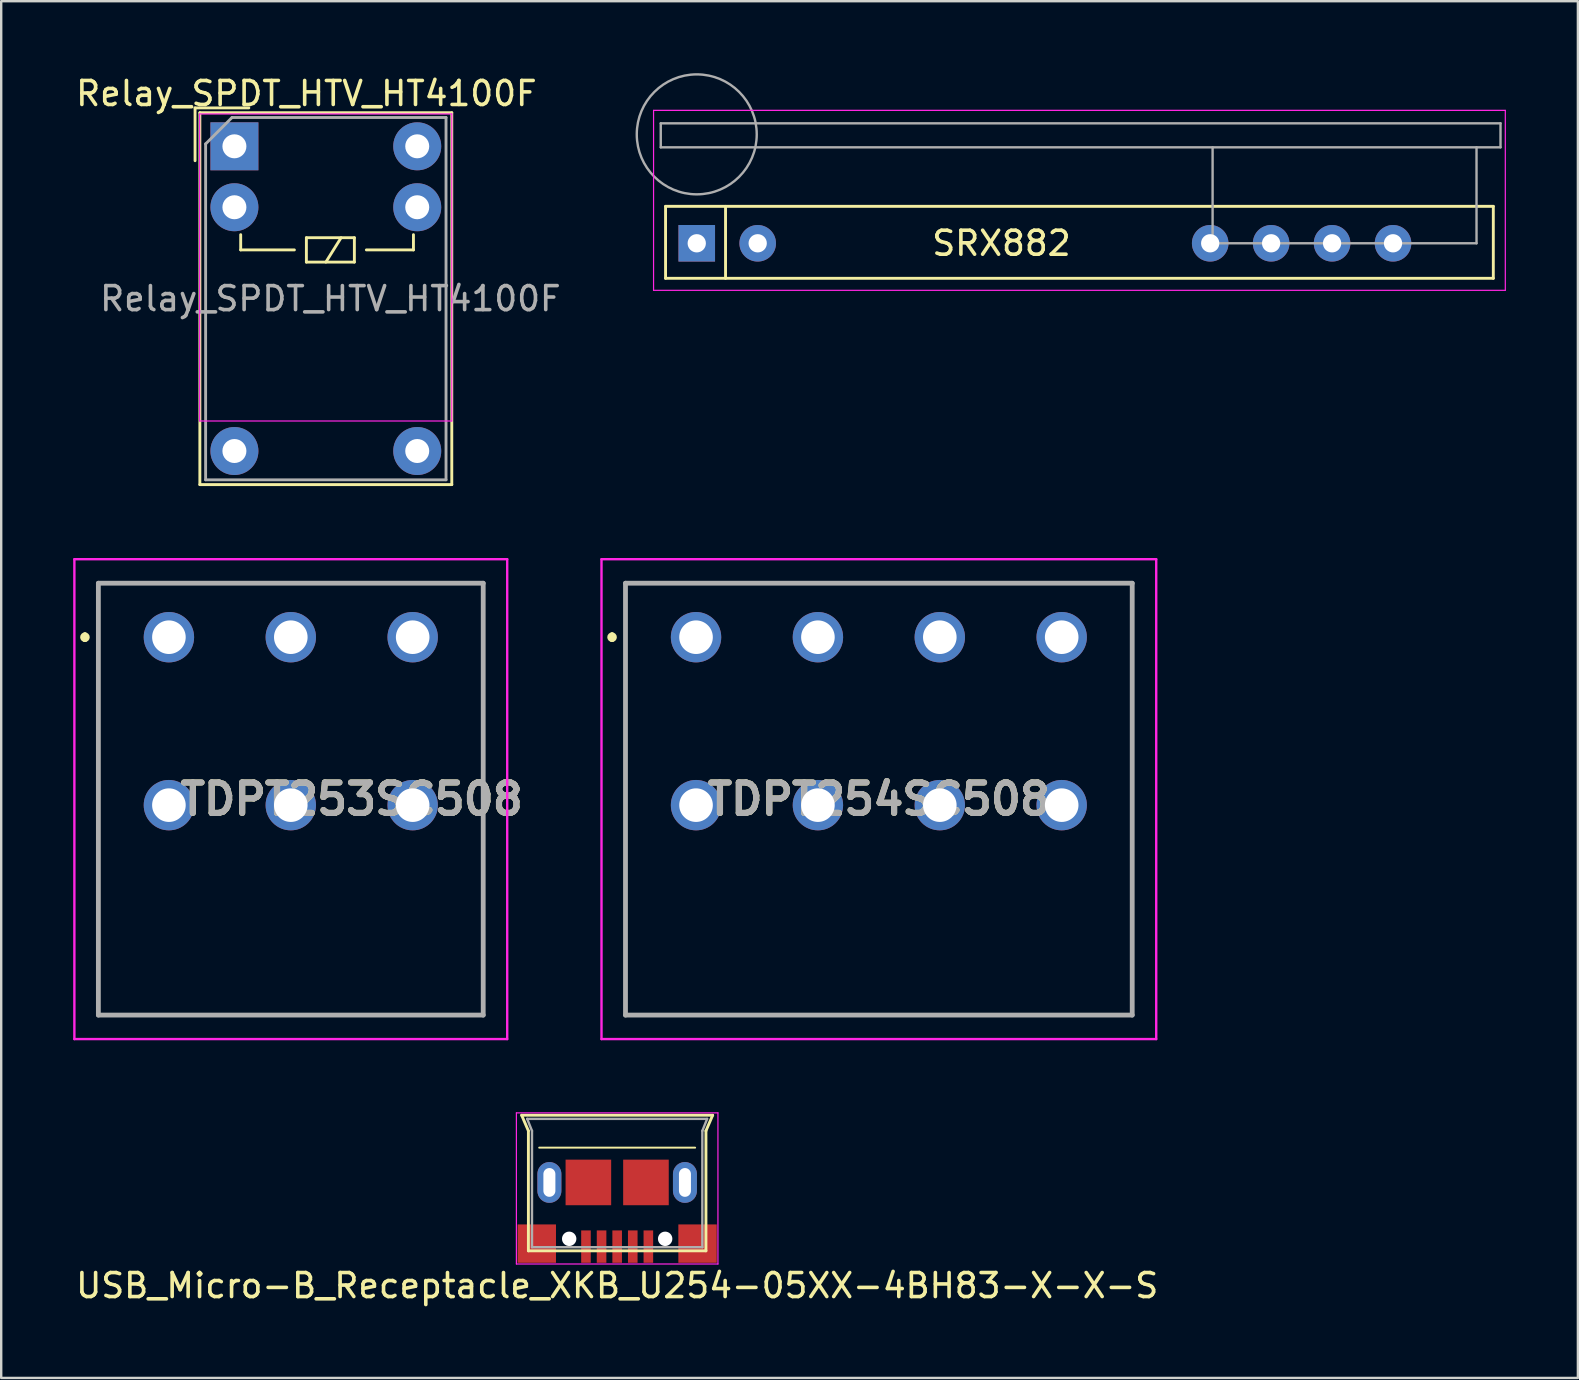
<source format=kicad_pcb>
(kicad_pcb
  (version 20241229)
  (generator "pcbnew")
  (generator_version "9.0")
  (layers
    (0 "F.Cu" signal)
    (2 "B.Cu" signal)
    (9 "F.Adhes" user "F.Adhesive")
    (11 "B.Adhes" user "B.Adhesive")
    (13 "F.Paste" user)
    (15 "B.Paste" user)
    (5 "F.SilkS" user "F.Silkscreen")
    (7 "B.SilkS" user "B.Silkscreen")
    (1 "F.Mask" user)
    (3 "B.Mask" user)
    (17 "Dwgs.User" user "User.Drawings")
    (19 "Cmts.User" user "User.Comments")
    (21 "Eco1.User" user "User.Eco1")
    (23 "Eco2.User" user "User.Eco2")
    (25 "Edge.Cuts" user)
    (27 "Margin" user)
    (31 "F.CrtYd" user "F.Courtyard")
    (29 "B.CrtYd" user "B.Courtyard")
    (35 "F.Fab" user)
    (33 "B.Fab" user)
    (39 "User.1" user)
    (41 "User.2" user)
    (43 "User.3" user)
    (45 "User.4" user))
  (footprint "TDPT254SC508"
    (layer "F.Cu")
    (at 25.96 23.508)
    (property "Reference" "TDPT254SC508" (at 7.62 6.75 0) (layer "F.SilkS") (effects (font (size 1.27 1.27) (thickness 0.254))))
    (attr through_hole)
    (fp_line (start -3.5 -0.1) (end -3.5 -0.1) (stroke (width 0.2) (type solid)) (layer "F.SilkS"))
    (fp_line (start -3.5 0.1) (end -3.5 0.1) (stroke (width 0.2) (type solid)) (layer "F.SilkS"))
    (fp_line (start -2.94 -2.25) (end 18.18 -2.25) (stroke (width 0.1) (type solid)) (layer "F.SilkS"))
    (fp_line (start -2.94 15.75) (end -2.94 -2.25) (stroke (width 0.1) (type solid)) (layer "F.SilkS"))
    (fp_line (start 18.18 -2.25) (end 18.18 15.75) (stroke (width 0.1) (type solid)) (layer "F.SilkS"))
    (fp_line (start 18.18 15.75) (end -2.94 15.75) (stroke (width 0.1) (type solid)) (layer "F.SilkS"))
    (fp_arc (start -3.5 -0.1) (mid -3.4 0) (end -3.5 0.1) (stroke (width 0.2) (type solid)) (layer "F.SilkS"))
    (fp_arc (start -3.5 0.1) (mid -3.6 0) (end -3.5 -0.1) (stroke (width 0.2) (type solid)) (layer "F.SilkS"))
    (fp_line (start -3.94 -3.25) (end 19.18 -3.25) (stroke (width 0.1) (type solid)) (layer "F.CrtYd"))
    (fp_line (start -3.94 16.75) (end -3.94 -3.25) (stroke (width 0.1) (type solid)) (layer "F.CrtYd"))
    (fp_line (start 19.18 -3.25) (end 19.18 16.75) (stroke (width 0.1) (type solid)) (layer "F.CrtYd"))
    (fp_line (start 19.18 16.75) (end -3.94 16.75) (stroke (width 0.1) (type solid)) (layer "F.CrtYd"))
    (fp_line (start -2.94 -2.25) (end 18.18 -2.25) (stroke (width 0.2) (type solid)) (layer "F.Fab"))
    (fp_line (start -2.94 15.75) (end -2.94 -2.25) (stroke (width 0.2) (type solid)) (layer "F.Fab"))
    (fp_line (start 18.18 -2.25) (end 18.18 15.75) (stroke (width 0.2) (type solid)) (layer "F.Fab"))
    (fp_line (start 18.18 15.75) (end -2.94 15.75) (stroke (width 0.2) (type solid)) (layer "F.Fab"))
    (fp_text user "${REFERENCE}" (at 7.62 6.75 0) (layer "F.Fab") (effects (font (size 1.27 1.27) (thickness 0.254))))
    (pad "1" thru_hole circle (at 0 0) (size 2.1 2.1) (drill 1.4) (layers "*.Cu" "*.Mask"))
    (pad "2" thru_hole circle (at 0 7) (size 2.1 2.1) (drill 1.4) (layers "*.Cu" "*.Mask"))
    (pad "3" thru_hole circle (at 5.08 0) (size 2.1 2.1) (drill 1.4) (layers "*.Cu" "*.Mask"))
    (pad "4" thru_hole circle (at 5.08 7) (size 2.1 2.1) (drill 1.4) (layers "*.Cu" "*.Mask"))
    (pad "5" thru_hole circle (at 10.16 0) (size 2.1 2.1) (drill 1.4) (layers "*.Cu" "*.Mask"))
    (pad "6" thru_hole circle (at 10.16 7) (size 2.1 2.1) (drill 1.4) (layers "*.Cu" "*.Mask"))
    (pad "7" thru_hole circle (at 15.24 0) (size 2.1 2.1) (drill 1.4) (layers "*.Cu" "*.Mask"))
    (pad "8" thru_hole circle (at 15.24 7) (size 2.1 2.1) (drill 1.4) (layers "*.Cu" "*.Mask")))
  (footprint "USB_Micro-B_Receptacle_XKB_U254-05XX-4BH83-X-X-S"
    (layer "F.Cu")
    (at 22.673 44.783)
    (property "Reference" "USB_Micro-B_Receptacle_XKB_U254-05XX-4BH83-X-X-S" (at 0 5.75 0) (layer "F.SilkS") (effects (font (size 1 1) (thickness 0.15))))
    (attr through_hole)
    (fp_line (start -3.98 -1.35) (end -3.7 -0.7) (stroke (width 0.12) (type solid)) (layer "F.SilkS"))
    (fp_line (start -3.98 -1.35) (end 3.98 -1.35) (stroke (width 0.12) (type solid)) (layer "F.SilkS"))
    (fp_line (start -3.7 -0.7) (end -3.7 4.3) (stroke (width 0.12) (type solid)) (layer "F.SilkS"))
    (fp_line (start -3.7 4.3) (end 3.7 4.3) (stroke (width 0.12) (type solid)) (layer "F.SilkS"))
    (fp_line (start -3.25 0) (end 3.25 0) (stroke (width 0.08) (type solid)) (layer "F.SilkS"))
    (fp_line (start 3.7 -0.7) (end 3.7 4.3) (stroke (width 0.12) (type solid)) (layer "F.SilkS"))
    (fp_line (start 3.98 -1.35) (end 3.7 -0.7) (stroke (width 0.12) (type solid)) (layer "F.SilkS"))
    (fp_line (start -4.2 -1.45) (end -4.2 4.85) (stroke (width 0.05) (type solid)) (layer "F.CrtYd"))
    (fp_line (start -4.2 4.85) (end 4.2 4.85) (stroke (width 0.05) (type solid)) (layer "F.CrtYd"))
    (fp_line (start 4.2 -1.45) (end -4.2 -1.45) (stroke (width 0.05) (type solid)) (layer "F.CrtYd"))
    (fp_line (start 4.2 4.85) (end 4.2 -1.45) (stroke (width 0.05) (type solid)) (layer "F.CrtYd"))
    (fp_line (start -3.75 -1.2) (end 3.75 -1.2) (stroke (width 0.1) (type solid)) (layer "F.Fab"))
    (fp_line (start -3.55 -0.7) (end -3.75 -1.2) (stroke (width 0.1) (type solid)) (layer "F.Fab"))
    (fp_line (start -3.55 4.15) (end -3.55 -0.7) (stroke (width 0.1) (type solid)) (layer "F.Fab"))
    (fp_line (start 3.55 -0.7) (end 3.55 4.15) (stroke (width 0.1) (type solid)) (layer "F.Fab"))
    (fp_line (start 3.55 4.15) (end -3.55 4.15) (stroke (width 0.1) (type solid)) (layer "F.Fab"))
    (fp_line (start 3.75 -1.2) (end 3.55 -0.7) (stroke (width 0.1) (type solid)) (layer "F.Fab"))
    (pad "" np_thru_hole circle (at -2 3.8 90) (size 0.6 0.6) (drill 0.6) (layers "*.Cu" "*.Mask"))
    (pad "" np_thru_hole circle (at 2 3.8) (size 0.6 0.6) (drill 0.6) (layers "*.Cu" "*.Mask"))
    (pad "1" smd rect (at 1.3 4.125) (size 0.4 1.35) (layers "F.Cu" "F.Mask" "F.Paste"))
    (pad "2" smd rect (at 0.65 4.125) (size 0.4 1.35) (layers "F.Cu" "F.Mask" "F.Paste"))
    (pad "3" smd rect (at 0 4.125) (size 0.4 1.35) (layers "F.Cu" "F.Mask" "F.Paste"))
    (pad "4" smd rect (at -0.65 4.125) (size 0.4 1.35) (layers "F.Cu" "F.Mask" "F.Paste"))
    (pad "5" smd rect (at -1.3 4.125) (size 0.4 1.35) (layers "F.Cu" "F.Mask" "F.Paste"))
    (pad "6" smd rect (at -3.35 4) (size 1.6 1.6) (layers "F.Cu" "F.Mask" "F.Paste"))
    (pad "6" thru_hole oval (at -2.825 1.45) (size 1 1.7) (drill oval 0.5 1.2) (layers "*.Cu" "*.Mask"))
    (pad "6" smd rect (at -1.2 1.45) (size 1.9 1.9) (layers "F.Cu" "F.Mask" "F.Paste"))
    (pad "6" smd rect (at 1.2 1.45) (size 1.9 1.9) (layers "F.Cu" "F.Mask" "F.Paste"))
    (pad "6" thru_hole oval (at 2.825 1.45) (size 1 1.7) (drill oval 0.5 1.2) (layers "*.Cu" "*.Mask"))
    (pad "6" smd rect (at 3.35 4) (size 1.6 1.6) (layers "F.Cu" "F.Mask" "F.Paste")))
  (footprint "Relay_SPDT_HTV_HT4100F"
    (layer "F.Cu")
    (at 6.72 3.048)
    (property "Reference" "Relay_SPDT_HTV_HT4100F" (at 3 -2.2 0) (layer "F.SilkS") (effects (font (size 1 1) (thickness 0.15))))
    (attr through_hole)
    (fp_line (start -1.64 -1.6) (end 0.6 -1.6) (stroke (width 0.12) (type solid)) (layer "F.SilkS"))
    (fp_line (start -1.64 0.6) (end -1.64 -1.6) (stroke (width 0.12) (type solid)) (layer "F.SilkS"))
    (fp_line (start -1.44 -1.4) (end 9.06 -1.4) (stroke (width 0.12) (type solid)) (layer "F.SilkS"))
    (fp_line (start -1.44 14.1) (end -1.44 -1.4) (stroke (width 0.12) (type solid)) (layer "F.SilkS"))
    (fp_line (start 0.262 3.683) (end 0.262 4.318) (stroke (width 0.12) (type solid)) (layer "F.SilkS"))
    (fp_line (start 0.262 4.318) (end 2.5 4.318) (stroke (width 0.12) (type solid)) (layer "F.SilkS"))
    (fp_line (start 3 3.81) (end 3 4.826) (stroke (width 0.12) (type solid)) (layer "F.SilkS"))
    (fp_line (start 3 4.826) (end 5 4.826) (stroke (width 0.12) (type solid)) (layer "F.SilkS"))
    (fp_line (start 4.446 3.81) (end 3.811 4.826) (stroke (width 0.12) (type solid)) (layer "F.SilkS"))
    (fp_line (start 5 3.81) (end 3 3.81) (stroke (width 0.12) (type solid)) (layer "F.SilkS"))
    (fp_line (start 5 3.81) (end 5 4.826) (stroke (width 0.12) (type solid)) (layer "F.SilkS"))
    (fp_line (start 7.462 3.683) (end 7.462 4.318) (stroke (width 0.12) (type solid)) (layer "F.SilkS"))
    (fp_line (start 7.462 4.318) (end 5.5 4.318) (stroke (width 0.12) (type solid)) (layer "F.SilkS"))
    (fp_line (start 9.06 -1.4) (end 9.06 14.1) (stroke (width 0.12) (type solid)) (layer "F.SilkS"))
    (fp_line (start 9.06 14.1) (end -1.44 14.1) (stroke (width 0.12) (type solid)) (layer "F.SilkS"))
    (fp_line (start -1.45 -1.35) (end -1.45 11.45) (stroke (width 0.05) (type solid)) (layer "F.CrtYd"))
    (fp_line (start -1.45 -1.35) (end 9.06 -1.35) (stroke (width 0.05) (type solid)) (layer "F.CrtYd"))
    (fp_line (start 9.06 11.45) (end -1.45 11.45) (stroke (width 0.05) (type solid)) (layer "F.CrtYd"))
    (fp_line (start 9.06 11.45) (end 9.06 -1.35) (stroke (width 0.05) (type solid)) (layer "F.CrtYd"))
    (fp_line (start -1.2 -0.1) (end -0.1 -1.2) (stroke (width 0.12) (type solid)) (layer "F.Fab"))
    (fp_line (start -1.2 13.9) (end -1.2 -0.1) (stroke (width 0.12) (type solid)) (layer "F.Fab"))
    (fp_line (start -0.1 -1.2) (end 8.82 -1.2) (stroke (width 0.12) (type solid)) (layer "F.Fab"))
    (fp_line (start 8.82 -1.2) (end 8.82 13.9) (stroke (width 0.12) (type solid)) (layer "F.Fab"))
    (fp_line (start 8.82 13.9) (end -1.2 13.9) (stroke (width 0.12) (type solid)) (layer "F.Fab"))
    (fp_text user "${REFERENCE}" (at 4 6.35 0) (layer "F.Fab") (effects (font (size 1 1) (thickness 0.15))))
    (pad "1" thru_hole rect (at 0 0) (size 2 2) (drill 1) (layers "*.Cu" "*.Mask"))
    (pad "2" thru_hole circle (at 0 2.54) (size 2 2) (drill 1) (layers "*.Cu" "*.Mask"))
    (pad "6" thru_hole circle (at 0 12.7) (size 2 2) (drill 1) (layers "*.Cu" "*.Mask"))
    (pad "7" thru_hole circle (at 7.62 12.7) (size 2 2) (drill 1) (layers "*.Cu" "*.Mask"))
    (pad "11" thru_hole circle (at 7.62 2.54) (size 2 2) (drill 1) (layers "*.Cu" "*.Mask"))
    (pad "12" thru_hole circle (at 7.62 0) (size 2 2) (drill 1) (layers "*.Cu" "*.Mask")))
  (footprint "TDPT253SC508"
    (layer "F.Cu")
    (at 3.99 23.508)
    (property "Reference" "TDPT253SC508" (at 7.62 6.75 0) (layer "F.SilkS") (effects (font (size 1.27 1.27) (thickness 0.254))))
    (attr through_hole)
    (fp_line (start -3.5 -0.1) (end -3.5 -0.1) (stroke (width 0.2) (type solid)) (layer "F.SilkS"))
    (fp_line (start -3.5 0.1) (end -3.5 0.1) (stroke (width 0.2) (type solid)) (layer "F.SilkS"))
    (fp_line (start -2.94 -2.25) (end 13.1 -2.25) (stroke (width 0.12) (type solid)) (layer "F.SilkS"))
    (fp_line (start -2.94 15.75) (end -2.94 -2.25) (stroke (width 0.1) (type solid)) (layer "F.SilkS"))
    (fp_line (start -2.94 15.75) (end 13.1 15.75) (stroke (width 0.12) (type solid)) (layer "F.SilkS"))
    (fp_line (start 13.1 15.75) (end 13.1 -2.25) (stroke (width 0.12) (type solid)) (layer "F.SilkS"))
    (fp_arc (start -3.5 -0.1) (mid -3.4 0) (end -3.5 0.1) (stroke (width 0.2) (type solid)) (layer "F.SilkS"))
    (fp_arc (start -3.5 0.1) (mid -3.6 0) (end -3.5 -0.1) (stroke (width 0.2) (type solid)) (layer "F.SilkS"))
    (fp_line (start -3.94 -3.25) (end 14.1 -3.25) (stroke (width 0.1) (type solid)) (layer "F.CrtYd"))
    (fp_line (start -3.94 16.75) (end -3.94 -3.25) (stroke (width 0.1) (type solid)) (layer "F.CrtYd"))
    (fp_line (start -3.94 16.75) (end 14.1 16.75) (stroke (width 0.1) (type solid)) (layer "F.CrtYd"))
    (fp_line (start 14.1 16.75) (end 14.1 -3.25) (stroke (width 0.1) (type solid)) (layer "F.CrtYd"))
    (fp_line (start -2.94 -2.25) (end -2.94 15.75) (stroke (width 0.2) (type solid)) (layer "F.Fab"))
    (fp_line (start -2.94 -2.25) (end 13.1 -2.25) (stroke (width 0.2) (type solid)) (layer "F.Fab"))
    (fp_line (start -2.94 15.75) (end 13.1 15.75) (stroke (width 0.2) (type solid)) (layer "F.Fab"))
    (fp_line (start 13.1 15.75) (end 13.1 -2.25) (stroke (width 0.2) (type solid)) (layer "F.Fab"))
    (fp_text user "${REFERENCE}" (at 7.62 6.75 0) (layer "F.Fab") (effects (font (size 1.27 1.27) (thickness 0.254))))
    (pad "1" thru_hole circle (at 0 0) (size 2.1 2.1) (drill 1.4) (layers "*.Cu" "*.Mask"))
    (pad "1" thru_hole circle (at 0 7) (size 2.1 2.1) (drill 1.4) (layers "*.Cu" "*.Mask"))
    (pad "2" thru_hole circle (at 5.08 0) (size 2.1 2.1) (drill 1.4) (layers "*.Cu" "*.Mask"))
    (pad "2" thru_hole circle (at 5.08 7) (size 2.1 2.1) (drill 1.4) (layers "*.Cu" "*.Mask"))
    (pad "3" thru_hole circle (at 10.16 0) (size 2.1 2.1) (drill 1.4) (layers "*.Cu" "*.Mask"))
    (pad "3" thru_hole circle (at 10.16 7) (size 2.1 2.1) (drill 1.4) (layers "*.Cu" "*.Mask")))
  (footprint "SRX882"
    (layer "F.Cu")
    (at 25.99 7.09)
    (property "Reference" "SRX882" (at 12.7 0 0) (layer "F.SilkS") (effects (font (size 1 1) (thickness 0.15))))
    (attr through_hole)
    (fp_line (start -1.3 -1.54) (end 33.2 -1.54) (stroke (width 0.12) (type solid)) (layer "F.SilkS"))
    (fp_line (start -1.3 1.46) (end -1.3 -1.54) (stroke (width 0.12) (type solid)) (layer "F.SilkS"))
    (fp_line (start 1.2 -1.54) (end 1.2 1.46) (stroke (width 0.12) (type solid)) (layer "F.SilkS"))
    (fp_line (start 33.2 -1.54) (end 33.2 1.46) (stroke (width 0.12) (type solid)) (layer "F.SilkS"))
    (fp_line (start 33.2 1.46) (end -1.3 1.46) (stroke (width 0.12) (type solid)) (layer "F.SilkS"))
    (fp_line (start -1.8 -5.54) (end 33.7 -5.54) (stroke (width 0.05) (type solid)) (layer "F.CrtYd"))
    (fp_line (start -1.8 1.96) (end -1.8 -5.54) (stroke (width 0.05) (type solid)) (layer "F.CrtYd"))
    (fp_line (start 33.7 -5.54) (end 33.7 1.96) (stroke (width 0.05) (type solid)) (layer "F.CrtYd"))
    (fp_line (start 33.7 1.96) (end -1.8 1.96) (stroke (width 0.05) (type solid)) (layer "F.CrtYd"))
    (fp_line (start -1.5 -5) (end 33.5 -5) (stroke (width 0.1) (type solid)) (layer "F.Fab"))
    (fp_line (start -1.5 -4) (end -1.5 -5) (stroke (width 0.1) (type solid)) (layer "F.Fab"))
    (fp_line (start 21.5 -4) (end 21.5 0) (stroke (width 0.1) (type solid)) (layer "F.Fab"))
    (fp_line (start 21.5 0) (end 32.5 0) (stroke (width 0.1) (type solid)) (layer "F.Fab"))
    (fp_line (start 32.5 -4) (end 32.5 0) (stroke (width 0.1) (type solid)) (layer "F.Fab"))
    (fp_line (start 33.5 -4) (end -1.5 -4) (stroke (width 0.1) (type solid)) (layer "F.Fab"))
    (fp_line (start 33.5 -4) (end 33.5 -5) (stroke (width 0.1) (type solid)) (layer "F.Fab"))
    (fp_circle (center 0 -4.54) (end 2.5 -4.54) (stroke (width 0.1) (type solid)) (fill no) (layer "F.Fab"))
    (pad "1" thru_hole rect (at 0 0) (size 1.524 1.524) (drill 0.762) (layers "*.Cu" "*.Mask"))
    (pad "2" thru_hole circle (at 2.54 0) (size 1.524 1.524) (drill 0.762) (layers "*.Cu" "*.Mask"))
    (pad "3" thru_hole circle (at 21.4 0) (size 1.524 1.524) (drill 0.762) (layers "*.Cu" "*.Mask"))
    (pad "4" thru_hole circle (at 23.94 0) (size 1.524 1.524) (drill 0.762) (layers "*.Cu" "*.Mask"))
    (pad "5" thru_hole circle (at 26.48 0) (size 1.524 1.524) (drill 0.762) (layers "*.Cu" "*.Mask"))
    (pad "6" thru_hole circle (at 29.02 0) (size 1.524 1.524) (drill 0.762) (layers "*.Cu" "*.Mask")))
  (gr_rect
    (start -3 -3)
    (end 62.715 54.382)
    (stroke (width 0.1) (type default))
    (fill no)
    (layer "Edge.Cuts")))
</source>
